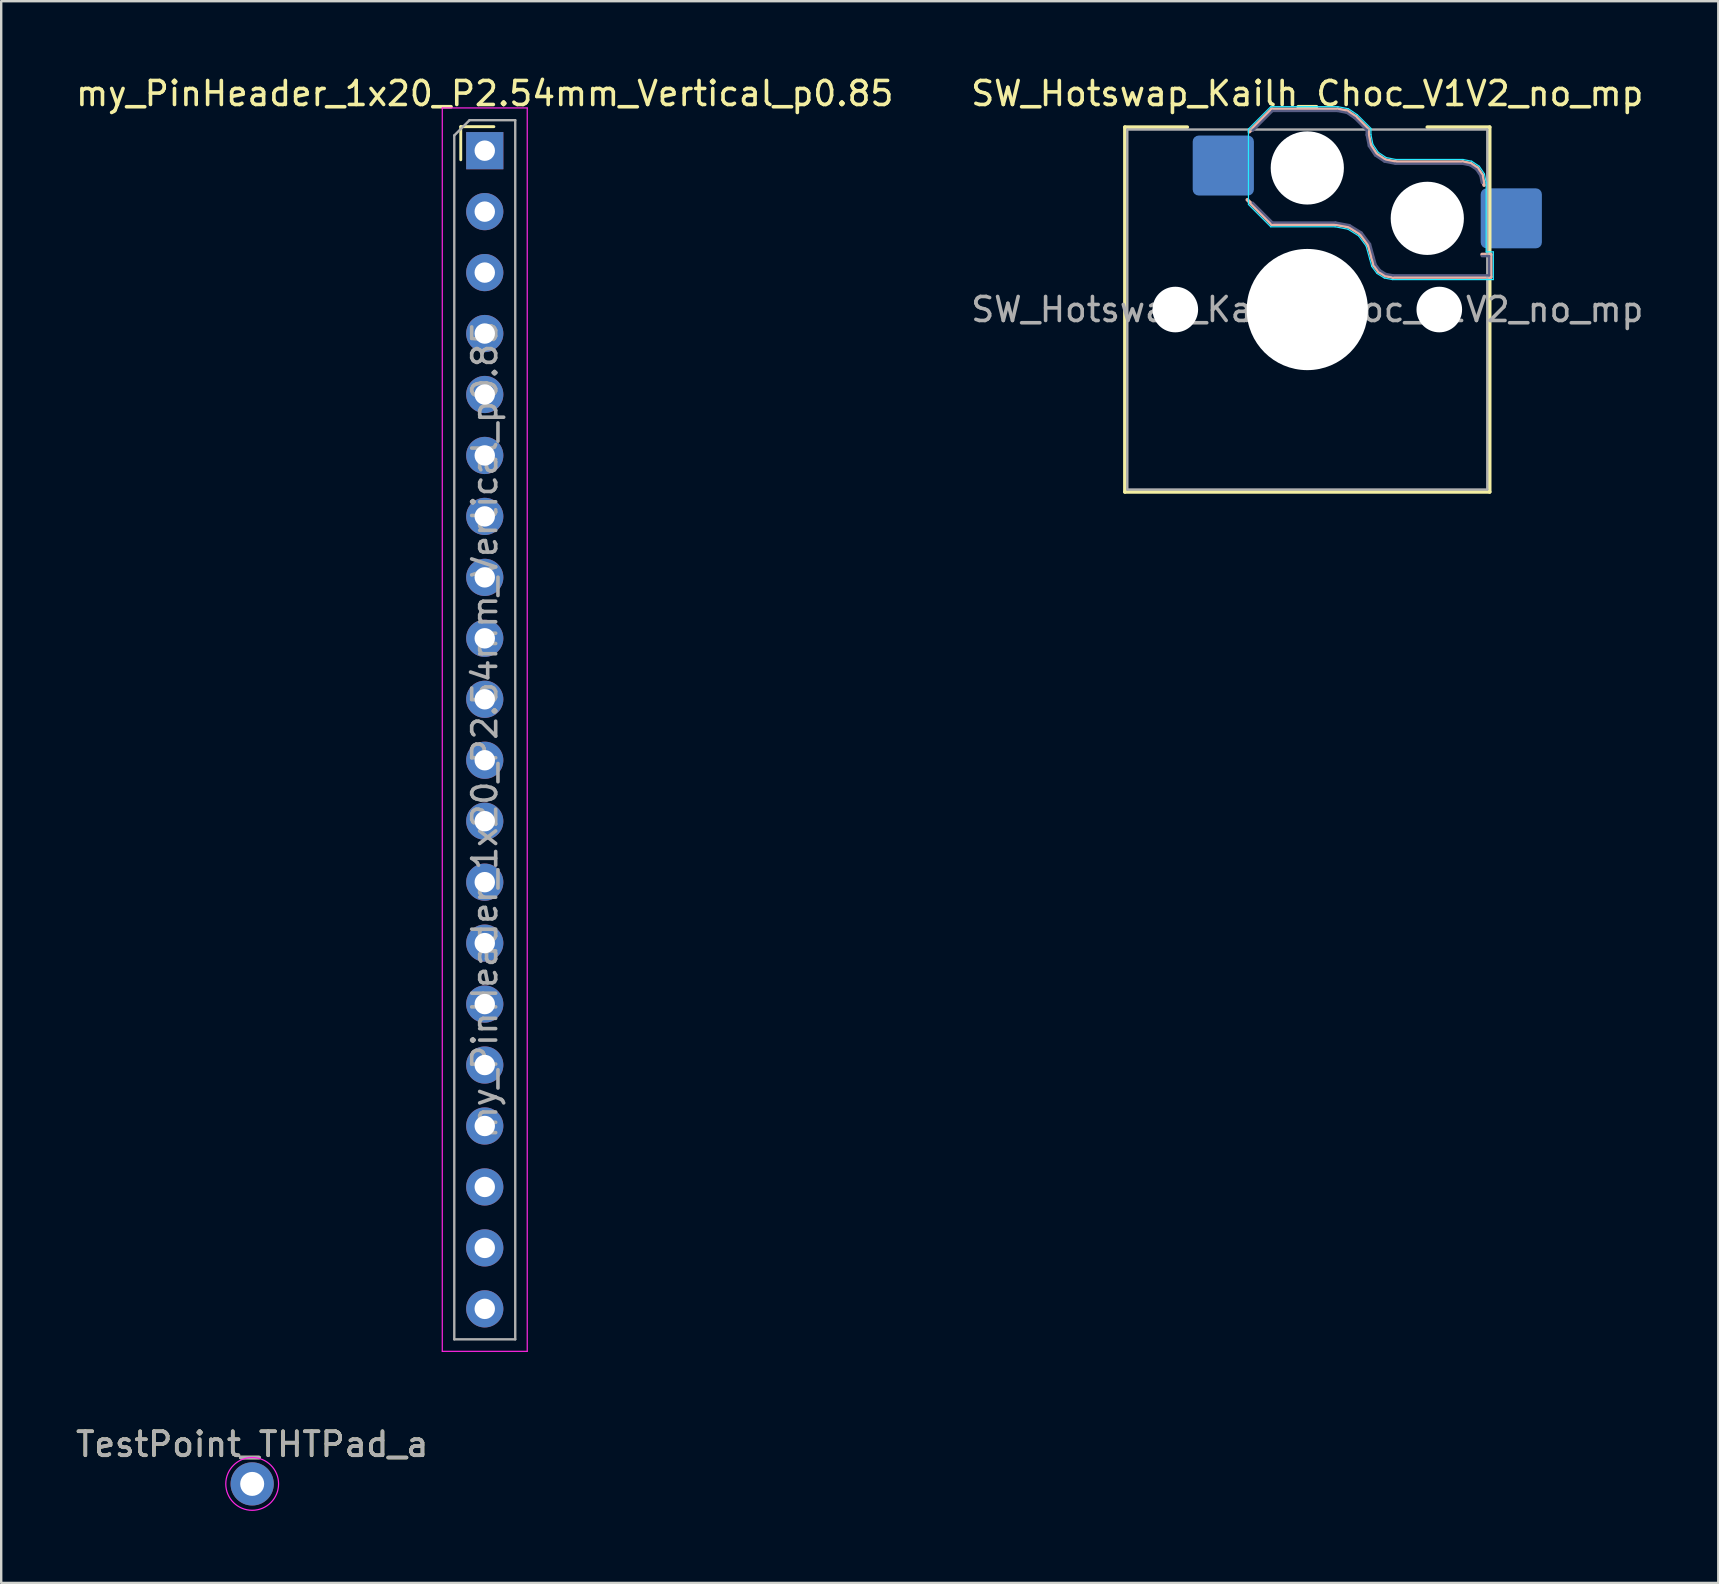
<source format=kicad_pcb>
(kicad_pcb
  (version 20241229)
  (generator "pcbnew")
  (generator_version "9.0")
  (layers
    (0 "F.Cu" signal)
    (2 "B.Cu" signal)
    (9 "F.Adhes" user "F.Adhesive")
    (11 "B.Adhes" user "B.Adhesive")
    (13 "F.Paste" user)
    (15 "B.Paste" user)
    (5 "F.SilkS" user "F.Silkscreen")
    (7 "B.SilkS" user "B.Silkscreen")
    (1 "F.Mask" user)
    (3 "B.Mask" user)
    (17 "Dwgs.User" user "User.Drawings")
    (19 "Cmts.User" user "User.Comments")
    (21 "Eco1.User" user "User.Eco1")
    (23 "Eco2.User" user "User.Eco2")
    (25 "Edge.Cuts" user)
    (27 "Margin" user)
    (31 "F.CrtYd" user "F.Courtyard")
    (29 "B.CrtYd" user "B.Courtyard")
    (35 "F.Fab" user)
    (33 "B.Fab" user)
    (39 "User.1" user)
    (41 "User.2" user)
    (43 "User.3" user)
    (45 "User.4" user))
  (footprint "my_PinHeader_1x20_P2.54mm_Vertical_p0.85"
    (layer "F.Cu")
    (at 17.149 3.228)
    (property "Reference" "my_PinHeader_1x20_P2.54mm_Vertical_p0.85" (at 0 -2.38 0) (layer "F.SilkS") (effects (font (size 1 1) (thickness 0.15))))
    (attr through_hole)
    (fp_line (start -1 -1) (end 0.38 -1) (stroke (width 0.12) (type solid)) (layer "F.SilkS"))
    (fp_line (start -1 0.38) (end -1 -1) (stroke (width 0.12) (type solid)) (layer "F.SilkS"))
    (fp_line (start -1.77 -1.78) (end -1.77 50.03) (stroke (width 0.05) (type solid)) (layer "F.CrtYd"))
    (fp_line (start -1.77 50.03) (end 1.77 50.03) (stroke (width 0.05) (type solid)) (layer "F.CrtYd"))
    (fp_line (start 1.77 -1.78) (end -1.77 -1.78) (stroke (width 0.05) (type solid)) (layer "F.CrtYd"))
    (fp_line (start 1.77 50.03) (end 1.77 -1.78) (stroke (width 0.05) (type solid)) (layer "F.CrtYd"))
    (fp_line (start -1.27 -0.635) (end -0.635 -1.27) (stroke (width 0.1) (type solid)) (layer "F.Fab"))
    (fp_line (start -1.27 49.53) (end -1.27 -0.635) (stroke (width 0.1) (type solid)) (layer "F.Fab"))
    (fp_line (start -0.635 -1.27) (end 1.27 -1.27) (stroke (width 0.1) (type solid)) (layer "F.Fab"))
    (fp_line (start 1.27 -1.27) (end 1.27 49.53) (stroke (width 0.1) (type solid)) (layer "F.Fab"))
    (fp_line (start 1.27 49.53) (end -1.27 49.53) (stroke (width 0.1) (type solid)) (layer "F.Fab"))
    (fp_text user "${REFERENCE}" (at 0 24.13 90) (layer "F.Fab") (effects (font (size 1 1) (thickness 0.15))))
    (pad "1" thru_hole rect (at 0 0) (size 1.55 1.55) (drill 0.85) (layers "*.Cu" "*.Mask"))
    (pad "2" thru_hole circle (at 0 2.54) (size 1.55 1.55) (drill 0.85) (layers "*.Cu" "*.Mask"))
    (pad "3" thru_hole circle (at 0 5.08) (size 1.55 1.55) (drill 0.85) (layers "*.Cu" "*.Mask"))
    (pad "4" thru_hole circle (at 0 7.62) (size 1.55 1.55) (drill 0.85) (layers "*.Cu" "*.Mask"))
    (pad "5" thru_hole circle (at 0 10.16) (size 1.55 1.55) (drill 0.85) (layers "*.Cu" "*.Mask"))
    (pad "6" thru_hole circle (at 0 12.7) (size 1.55 1.55) (drill 0.85) (layers "*.Cu" "*.Mask"))
    (pad "7" thru_hole circle (at 0 15.24) (size 1.55 1.55) (drill 0.85) (layers "*.Cu" "*.Mask"))
    (pad "8" thru_hole circle (at 0 17.78) (size 1.55 1.55) (drill 0.85) (layers "*.Cu" "*.Mask"))
    (pad "9" thru_hole circle (at 0 20.32) (size 1.55 1.55) (drill 0.85) (layers "*.Cu" "*.Mask"))
    (pad "10" thru_hole circle (at 0 22.86) (size 1.55 1.55) (drill 0.85) (layers "*.Cu" "*.Mask"))
    (pad "11" thru_hole circle (at 0 25.4) (size 1.55 1.55) (drill 0.85) (layers "*.Cu" "*.Mask"))
    (pad "12" thru_hole circle (at 0 27.94) (size 1.55 1.55) (drill 0.85) (layers "*.Cu" "*.Mask"))
    (pad "13" thru_hole circle (at 0 30.48) (size 1.55 1.55) (drill 0.85) (layers "*.Cu" "*.Mask"))
    (pad "14" thru_hole circle (at 0 33.02) (size 1.55 1.55) (drill 0.85) (layers "*.Cu" "*.Mask"))
    (pad "15" thru_hole circle (at 0 35.56) (size 1.55 1.55) (drill 0.85) (layers "*.Cu" "*.Mask"))
    (pad "16" thru_hole circle (at 0 38.1) (size 1.55 1.55) (drill 0.85) (layers "*.Cu" "*.Mask"))
    (pad "17" thru_hole circle (at 0 40.64) (size 1.55 1.55) (drill 0.85) (layers "*.Cu" "*.Mask"))
    (pad "18" thru_hole circle (at 0 43.18) (size 1.55 1.55) (drill 0.85) (layers "*.Cu" "*.Mask"))
    (pad "19" thru_hole circle (at 0 45.72) (size 1.55 1.55) (drill 0.85) (layers "*.Cu" "*.Mask"))
    (pad "20" thru_hole circle (at 0 48.26) (size 1.55 1.55) (drill 0.85) (layers "*.Cu" "*.Mask")))
  (footprint "SW_Hotswap_Kailh_Choc_V1V2_no_mp"
    (layer "F.Cu")
    (at 51.423 9.848)
    (property "Reference" "SW_Hotswap_Kailh_Choc_V1V2_no_mp" (at 0 -9 0) (layer "F.SilkS") (effects (font (size 1 1) (thickness 0.15))))
    (attr smd)
    (fp_line (start -7.6 -7.6) (end -7.6 7.6) (stroke (width 0.15) (type solid)) (layer "F.SilkS"))
    (fp_line (start -7.6 7.6) (end 7.6 7.6) (stroke (width 0.15) (type solid)) (layer "F.SilkS"))
    (fp_line (start -5 -7.6) (end -7.6 -7.6) (stroke (width 0.15) (type solid)) (layer "F.SilkS"))
    (fp_line (start 7.6 -7.6) (end 5 -7.6) (stroke (width 0.15) (type solid)) (layer "F.SilkS"))
    (fp_line (start 7.6 7.6) (end 7.6 -7.6) (stroke (width 0.15) (type solid)) (layer "F.SilkS"))
    (fp_line (start -2.416 -7.409) (end -1.479 -8.346) (stroke (width 0.15) (type solid)) (layer "B.SilkS"))
    (fp_line (start -1.479 -8.346) (end 1.268 -8.346) (stroke (width 0.15) (type solid)) (layer "B.SilkS"))
    (fp_line (start -1.479 -3.554) (end -2.5 -4.575) (stroke (width 0.15) (type solid)) (layer "B.SilkS"))
    (fp_line (start 1.168 -3.554) (end -1.479 -3.554) (stroke (width 0.15) (type solid)) (layer "B.SilkS"))
    (fp_line (start 1.268 -8.346) (end 1.671 -8.266) (stroke (width 0.15) (type solid)) (layer "B.SilkS"))
    (fp_line (start 1.671 -8.266) (end 2.013 -8.037) (stroke (width 0.15) (type solid)) (layer "B.SilkS"))
    (fp_line (start 1.73 -3.449) (end 1.168 -3.554) (stroke (width 0.15) (type solid)) (layer "B.SilkS"))
    (fp_line (start 2.013 -8.037) (end 2.546 -7.504) (stroke (width 0.15) (type solid)) (layer "B.SilkS"))
    (fp_line (start 2.209 -3.15) (end 1.73 -3.449) (stroke (width 0.15) (type solid)) (layer "B.SilkS"))
    (fp_line (start 2.546 -7.504) (end 2.546 -7.282) (stroke (width 0.15) (type solid)) (layer "B.SilkS"))
    (fp_line (start 2.546 -7.282) (end 2.633 -6.844) (stroke (width 0.15) (type solid)) (layer "B.SilkS"))
    (fp_line (start 2.547 -2.697) (end 2.209 -3.15) (stroke (width 0.15) (type solid)) (layer "B.SilkS"))
    (fp_line (start 2.633 -6.844) (end 2.877 -6.477) (stroke (width 0.15) (type solid)) (layer "B.SilkS"))
    (fp_line (start 2.701 -2.139) (end 2.547 -2.697) (stroke (width 0.15) (type solid)) (layer "B.SilkS"))
    (fp_line (start 2.783 -1.841) (end 2.701 -2.139) (stroke (width 0.15) (type solid)) (layer "B.SilkS"))
    (fp_line (start 2.877 -6.477) (end 3.244 -6.233) (stroke (width 0.15) (type solid)) (layer "B.SilkS"))
    (fp_line (start 2.976 -1.583) (end 2.783 -1.841) (stroke (width 0.15) (type solid)) (layer "B.SilkS"))
    (fp_line (start 3.244 -6.233) (end 3.682 -6.146) (stroke (width 0.15) (type solid)) (layer "B.SilkS"))
    (fp_line (start 3.25 -1.413) (end 2.976 -1.583) (stroke (width 0.15) (type solid)) (layer "B.SilkS"))
    (fp_line (start 3.56 -1.354) (end 3.25 -1.413) (stroke (width 0.15) (type solid)) (layer "B.SilkS"))
    (fp_line (start 3.682 -6.146) (end 6.482 -6.146) (stroke (width 0.15) (type solid)) (layer "B.SilkS"))
    (fp_line (start 6.482 -6.146) (end 6.809 -6.081) (stroke (width 0.15) (type solid)) (layer "B.SilkS"))
    (fp_line (start 6.809 -6.081) (end 7.092 -5.892) (stroke (width 0.15) (type solid)) (layer "B.SilkS"))
    (fp_line (start 7.092 -5.892) (end 7.281 -5.609) (stroke (width 0.15) (type solid)) (layer "B.SilkS"))
    (fp_line (start 7.281 -5.609) (end 7.366 -5.182) (stroke (width 0.15) (type solid)) (layer "B.SilkS"))
    (fp_line (start 7.283 -2.296) (end 7.646 -2.296) (stroke (width 0.15) (type solid)) (layer "B.SilkS"))
    (fp_line (start 7.646 -2.296) (end 7.646 -1.354) (stroke (width 0.15) (type solid)) (layer "B.SilkS"))
    (fp_line (start 7.646 -1.354) (end 3.56 -1.354) (stroke (width 0.15) (type solid)) (layer "B.SilkS"))
    (fp_line (start -7.25 -7.25) (end -7.25 7.25) (stroke (width 0.1) (type solid)) (layer "Eco1.User"))
    (fp_line (start -7.25 7.25) (end 7.25 7.25) (stroke (width 0.1) (type solid)) (layer "Eco1.User"))
    (fp_line (start 7.25 -7.25) (end -7.25 -7.25) (stroke (width 0.1) (type solid)) (layer "Eco1.User"))
    (fp_line (start 7.25 7.25) (end 7.25 -7.25) (stroke (width 0.1) (type solid)) (layer "Eco1.User"))
    (fp_line (start -2.452 -7.523) (end -1.523 -8.452) (stroke (width 0.05) (type solid)) (layer "B.CrtYd"))
    (fp_line (start -2.452 -4.377) (end -2.452 -7.523) (stroke (width 0.05) (type solid)) (layer "B.CrtYd"))
    (fp_line (start -1.523 -8.452) (end 1.278 -8.452) (stroke (width 0.05) (type solid)) (layer "B.CrtYd"))
    (fp_line (start -1.523 -3.448) (end -2.452 -4.377) (stroke (width 0.05) (type solid)) (layer "B.CrtYd"))
    (fp_line (start 1.159 -3.448) (end -1.523 -3.448) (stroke (width 0.05) (type solid)) (layer "B.CrtYd"))
    (fp_line (start 1.278 -8.452) (end 1.712 -8.366) (stroke (width 0.05) (type solid)) (layer "B.CrtYd"))
    (fp_line (start 1.691 -3.348) (end 1.159 -3.448) (stroke (width 0.05) (type solid)) (layer "B.CrtYd"))
    (fp_line (start 1.712 -8.366) (end 2.081 -8.119) (stroke (width 0.05) (type solid)) (layer "B.CrtYd"))
    (fp_line (start 2.081 -8.119) (end 2.652 -7.548) (stroke (width 0.05) (type solid)) (layer "B.CrtYd"))
    (fp_line (start 2.136 -3.071) (end 1.691 -3.348) (stroke (width 0.05) (type solid)) (layer "B.CrtYd"))
    (fp_line (start 2.45 -2.65) (end 2.136 -3.071) (stroke (width 0.05) (type solid)) (layer "B.CrtYd"))
    (fp_line (start 2.599 -2.111) (end 2.45 -2.65) (stroke (width 0.05) (type solid)) (layer "B.CrtYd"))
    (fp_line (start 2.652 -7.548) (end 2.652 -7.292) (stroke (width 0.05) (type solid)) (layer "B.CrtYd"))
    (fp_line (start 2.652 -7.292) (end 2.733 -6.885) (stroke (width 0.05) (type solid)) (layer "B.CrtYd"))
    (fp_line (start 2.687 -1.794) (end 2.599 -2.111) (stroke (width 0.05) (type solid)) (layer "B.CrtYd"))
    (fp_line (start 2.733 -6.885) (end 2.953 -6.553) (stroke (width 0.05) (type solid)) (layer "B.CrtYd"))
    (fp_line (start 2.903 -1.503) (end 2.687 -1.794) (stroke (width 0.05) (type solid)) (layer "B.CrtYd"))
    (fp_line (start 2.953 -6.553) (end 3.285 -6.333) (stroke (width 0.05) (type solid)) (layer "B.CrtYd"))
    (fp_line (start 3.211 -1.312) (end 2.903 -1.503) (stroke (width 0.05) (type solid)) (layer "B.CrtYd"))
    (fp_line (start 3.285 -6.333) (end 3.692 -6.252) (stroke (width 0.05) (type solid)) (layer "B.CrtYd"))
    (fp_line (start 3.55 -1.248) (end 3.211 -1.312) (stroke (width 0.05) (type solid)) (layer "B.CrtYd"))
    (fp_line (start 3.692 -6.252) (end 6.492 -6.252) (stroke (width 0.05) (type solid)) (layer "B.CrtYd"))
    (fp_line (start 6.492 -6.252) (end 6.85 -6.181) (stroke (width 0.05) (type solid)) (layer "B.CrtYd"))
    (fp_line (start 6.85 -6.181) (end 7.168 -5.968) (stroke (width 0.05) (type solid)) (layer "B.CrtYd"))
    (fp_line (start 7.168 -5.968) (end 7.381 -5.65) (stroke (width 0.05) (type solid)) (layer "B.CrtYd"))
    (fp_line (start 7.381 -5.65) (end 7.452 -5.292) (stroke (width 0.05) (type solid)) (layer "B.CrtYd"))
    (fp_line (start 7.452 -5.292) (end 7.452 -2.402) (stroke (width 0.05) (type solid)) (layer "B.CrtYd"))
    (fp_line (start 7.452 -2.402) (end 7.752 -2.402) (stroke (width 0.05) (type solid)) (layer "B.CrtYd"))
    (fp_line (start 7.752 -2.402) (end 7.752 -1.248) (stroke (width 0.05) (type solid)) (layer "B.CrtYd"))
    (fp_line (start 7.752 -1.248) (end 3.55 -1.248) (stroke (width 0.05) (type solid)) (layer "B.CrtYd"))
    (fp_line (start -2.275 -7.45) (end -1.45 -8.275) (stroke (width 0.1) (type solid)) (layer "B.Fab"))
    (fp_line (start -1.45 -8.275) (end 1.261 -8.275) (stroke (width 0.1) (type solid)) (layer "B.Fab"))
    (fp_line (start -1.45 -3.625) (end -2.275 -4.45) (stroke (width 0.1) (type solid)) (layer "B.Fab"))
    (fp_line (start 1.175 -3.625) (end -1.45 -3.625) (stroke (width 0.1) (type solid)) (layer "B.Fab"))
    (fp_line (start 1.261 -8.275) (end 1.643 -8.199) (stroke (width 0.1) (type solid)) (layer "B.Fab"))
    (fp_line (start 1.643 -8.199) (end 1.968 -7.982) (stroke (width 0.1) (type solid)) (layer "B.Fab"))
    (fp_line (start 1.756 -3.516) (end 1.175 -3.625) (stroke (width 0.1) (type solid)) (layer "B.Fab"))
    (fp_line (start 1.968 -7.982) (end 2.475 -7.475) (stroke (width 0.1) (type solid)) (layer "B.Fab"))
    (fp_line (start 2.258 -3.203) (end 1.756 -3.516) (stroke (width 0.1) (type solid)) (layer "B.Fab"))
    (fp_line (start 2.475 -7.475) (end 2.475 -7.275) (stroke (width 0.1) (type solid)) (layer "B.Fab"))
    (fp_line (start 2.475 -7.275) (end 2.566 -6.816) (stroke (width 0.1) (type solid)) (layer "B.Fab"))
    (fp_line (start 2.566 -6.816) (end 2.826 -6.426) (stroke (width 0.1) (type solid)) (layer "B.Fab"))
    (fp_line (start 2.612 -2.729) (end 2.258 -3.203) (stroke (width 0.1) (type solid)) (layer "B.Fab"))
    (fp_line (start 2.769 -2.158) (end 2.612 -2.729) (stroke (width 0.1) (type solid)) (layer "B.Fab"))
    (fp_line (start 2.826 -6.426) (end 3.216 -6.166) (stroke (width 0.1) (type solid)) (layer "B.Fab"))
    (fp_line (start 2.848 -1.873) (end 2.769 -2.158) (stroke (width 0.1) (type solid)) (layer "B.Fab"))
    (fp_line (start 3.025 -1.636) (end 2.848 -1.873) (stroke (width 0.1) (type solid)) (layer "B.Fab"))
    (fp_line (start 3.216 -6.166) (end 3.675 -6.075) (stroke (width 0.1) (type solid)) (layer "B.Fab"))
    (fp_line (start 3.276 -1.48) (end 3.025 -1.636) (stroke (width 0.1) (type solid)) (layer "B.Fab"))
    (fp_line (start 3.567 -1.425) (end 3.276 -1.48) (stroke (width 0.1) (type solid)) (layer "B.Fab"))
    (fp_line (start 3.675 -6.075) (end 6.475 -6.075) (stroke (width 0.1) (type solid)) (layer "B.Fab"))
    (fp_line (start 6.475 -6.075) (end 6.781 -6.014) (stroke (width 0.1) (type solid)) (layer "B.Fab"))
    (fp_line (start 6.781 -6.014) (end 7.041 -5.841) (stroke (width 0.1) (type solid)) (layer "B.Fab"))
    (fp_line (start 7.041 -5.841) (end 7.214 -5.581) (stroke (width 0.1) (type solid)) (layer "B.Fab"))
    (fp_line (start 7.214 -5.581) (end 7.275 -5.275) (stroke (width 0.1) (type solid)) (layer "B.Fab"))
    (fp_line (start 7.275 -2.225) (end 7.575 -2.225) (stroke (width 0.1) (type solid)) (layer "B.Fab"))
    (fp_line (start 7.575 -2.225) (end 7.575 -1.425) (stroke (width 0.1) (type solid)) (layer "B.Fab"))
    (fp_line (start 7.575 -1.425) (end 3.567 -1.425) (stroke (width 0.1) (type solid)) (layer "B.Fab"))
    (fp_line (start -7.5 -7.5) (end -7.5 7.5) (stroke (width 0.1) (type solid)) (layer "F.Fab"))
    (fp_line (start -7.5 7.5) (end 7.5 7.5) (stroke (width 0.1) (type solid)) (layer "F.Fab"))
    (fp_line (start 7.5 -7.5) (end -7.5 -7.5) (stroke (width 0.1) (type solid)) (layer "F.Fab"))
    (fp_line (start 7.5 7.5) (end 7.5 -7.5) (stroke (width 0.1) (type solid)) (layer "F.Fab"))
    (fp_text user "${REFERENCE}" (at 0 0 0) (layer "F.Fab") (effects (font (size 1 1) (thickness 0.15))))
    (pad "" np_thru_hole circle (at -5.5 0) (size 1.9 1.9) (drill 1.9) (layers "*.Cu" "*.Mask"))
    (pad "" np_thru_hole circle (at 0 -5.9) (size 3.05 3.05) (drill 3.05) (layers "*.Cu" "*.Mask"))
    (pad "" np_thru_hole circle (at 0 0) (size 5.05 5.05) (drill 5.05) (layers "*.Cu" "*.Mask"))
    (pad "" np_thru_hole circle (at 5 -3.8) (size 3.05 3.05) (drill 3.05) (layers "*.Cu" "*.Mask"))
    (pad "" np_thru_hole circle (at 5.5 0) (size 1.9 1.9) (drill 1.9) (layers "*.Cu" "*.Mask"))
    (pad "1" smd roundrect (at -3.5 -6) (size 2.55 2.5) (layers "B.Cu" "B.Mask" "B.Paste") (roundrect_rratio 0.1))
    (pad "2" smd roundrect (at 8.5 -3.8) (size 2.55 2.5) (layers "B.Cu" "B.Mask" "B.Paste") (roundrect_rratio 0.1)))
  (footprint "TestPoint_THTPad_a"
    (layer "F.Cu")
    (at 7.458 58.782)
    (property "Reference" "TestPoint_THTPad_a" (at 0 -1.648 0) (layer "F.SilkS") (effects (font (size 1 1) (thickness 0.15))))
    (attr exclude_from_pos_files exclude_from_bom)
    (fp_circle (center 0 0) (end 1.1 0) (stroke (width 0.05) (type solid)) (fill no) (layer "F.CrtYd"))
    (fp_text user "${REFERENCE}" (at 0 -1.65 0) (layer "F.Fab") (effects (font (size 1 1) (thickness 0.15))))
    (pad "1" thru_hole circle (at 0 0) (size 1.8 1.8) (drill 1) (layers "*.Cu" "*.Mask")))
  (gr_rect
    (start -3 -3)
    (end 68.548 62.907)
    (stroke (width 0.1) (type default))
    (fill no)
    (layer "Edge.Cuts")))
</source>
